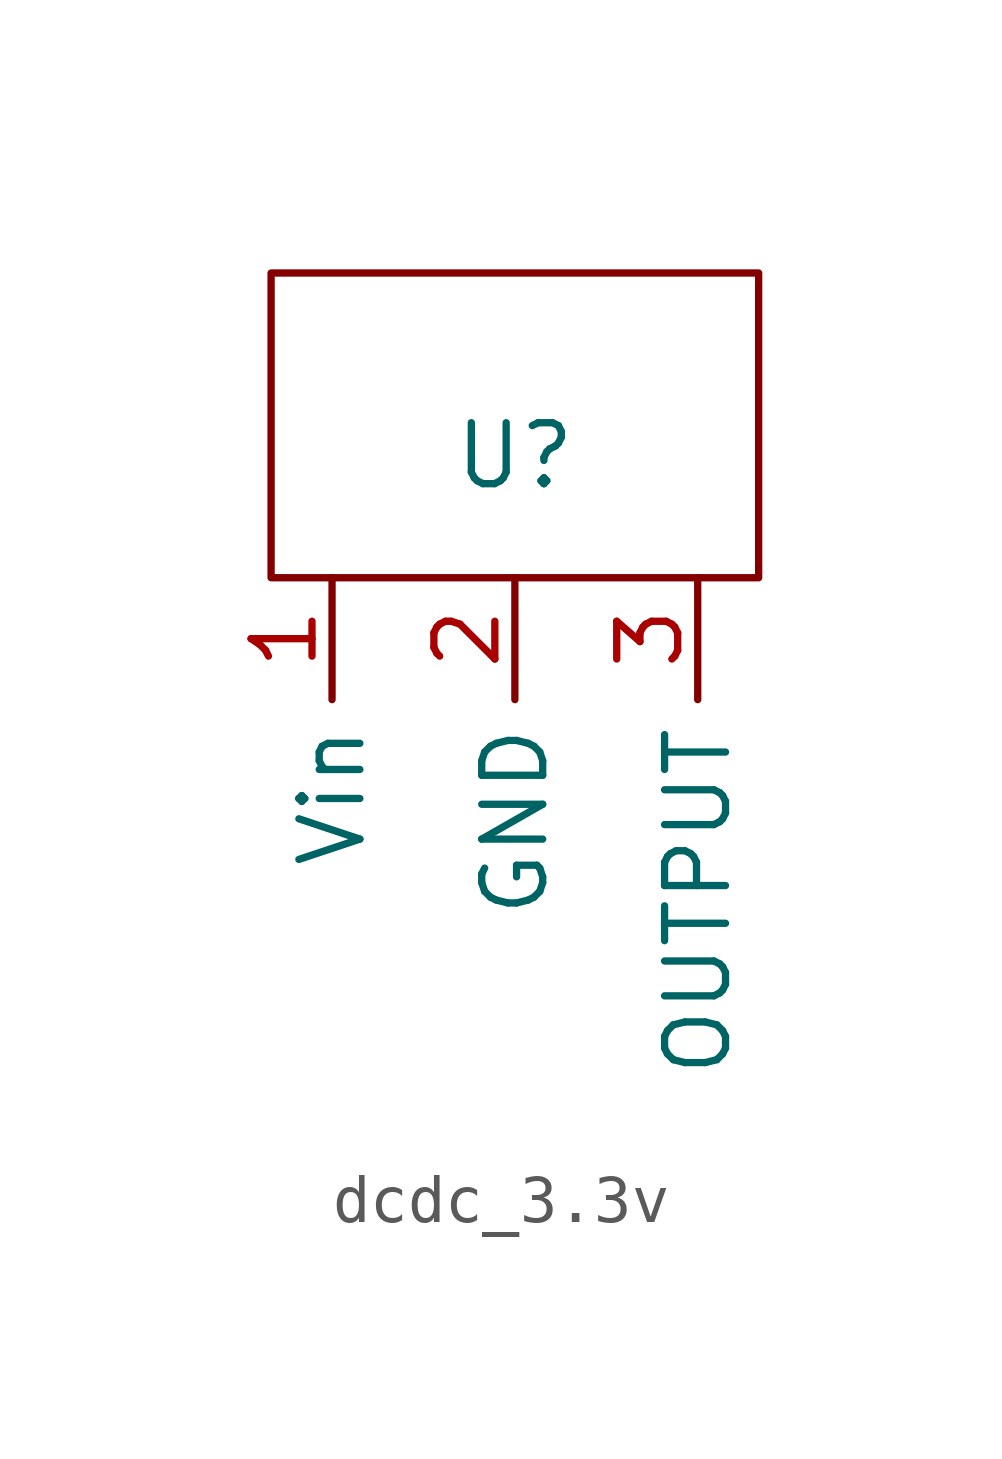
<source format=kicad_sym>
(kicad_symbol_lib
  (version 20220914)
  (generator kicad_symbol_editor)
  (symbol "dcdc_3.3v"
    (property "Reference" "U"
      (at 0 0 0)
      (effects (font (size 1.27 1.27))))
    (property "Value" ""
      (at 0 0 0)
      (effects (font (size 1.27 1.27))))
    (symbol "dcdc_3.3v_0_1"
      (rectangle (start -5.08 3.81) (end 5.08 -2.54) (stroke (width 0) (type default)) (fill (type none))))
    (symbol "dcdc_3.3v_1_1"
      (pin passive line (at -3.81 -2.54 270) (length 2.54) (name "Vin" (effects (font (size 1.27 1.27)))) (number "1" (effects (font (size 1.27 1.27)))))
      (pin passive line (at 0 -2.54 270) (length 2.54) (name "GND" (effects (font (size 1.27 1.27)))) (number "2" (effects (font (size 1.27 1.27)))))
      (pin passive line (at 3.81 -2.54 270) (length 2.54) (name "OUTPUT" (effects (font (size 1.27 1.27)))) (number "3" (effects (font (size 1.27 1.27))))))))
</source>
